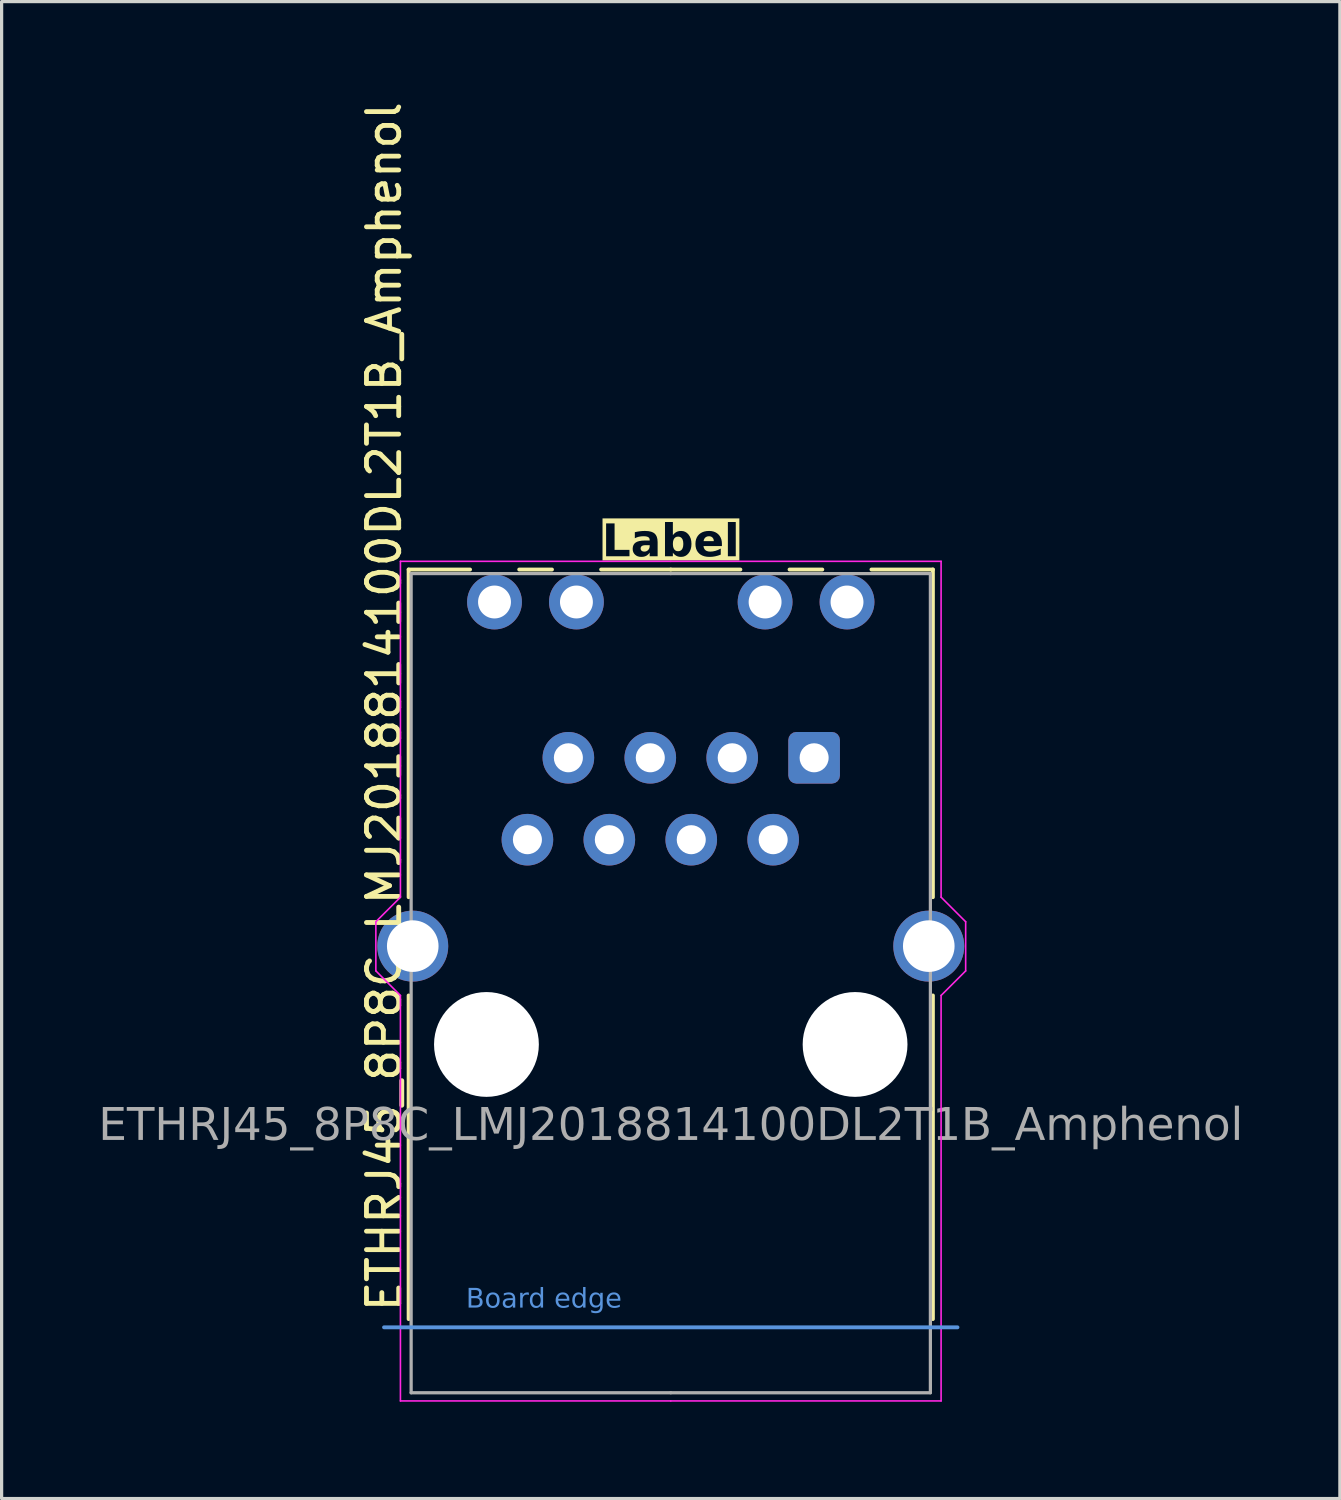
<source format=kicad_pcb>
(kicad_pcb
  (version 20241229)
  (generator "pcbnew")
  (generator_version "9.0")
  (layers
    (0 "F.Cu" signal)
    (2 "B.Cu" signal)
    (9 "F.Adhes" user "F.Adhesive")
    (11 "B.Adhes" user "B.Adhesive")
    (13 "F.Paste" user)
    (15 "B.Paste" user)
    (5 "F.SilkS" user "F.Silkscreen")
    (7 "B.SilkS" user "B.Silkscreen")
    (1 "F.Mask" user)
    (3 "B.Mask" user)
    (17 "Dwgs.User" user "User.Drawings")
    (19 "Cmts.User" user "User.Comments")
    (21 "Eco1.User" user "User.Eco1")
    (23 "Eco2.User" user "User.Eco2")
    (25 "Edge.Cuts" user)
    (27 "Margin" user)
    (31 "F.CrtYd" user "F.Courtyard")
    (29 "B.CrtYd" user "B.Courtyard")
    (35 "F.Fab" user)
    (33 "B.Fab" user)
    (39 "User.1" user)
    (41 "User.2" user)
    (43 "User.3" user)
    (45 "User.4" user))
  (footprint "ETHRJ45_8P8C_LMJ2018814100DL2T1B_Amphenol"
    (layer "F.Cu")
    (at 17.748 25.848)
    (property "Reference" "ETHRJ45_8P8C_LMJ2018814100DL2T1B_Amphenol" (at -8.89 -6.985 90) (layer "F.SilkS") (effects (font (size 1 1) (thickness 0.15))))
    (property "Label" "Label" (at 0 -12.065 0) (layer "F.SilkS" knockout) (effects (font (face "Tahoma") (size 1 1) (thickness 0.2) (bold yes))))
    (attr through_hole)
    (fp_line (start -8.128 -1.079) (end -8.128 -11.239) (stroke (width 0.12) (type solid)) (layer "F.SilkS"))
    (fp_line (start -8.128 1.968) (end -8.128 12.002) (stroke (width 0.12) (type solid)) (layer "F.SilkS"))
    (fp_line (start -6.223 -11.239) (end -8.128 -11.239) (stroke (width 0.12) (type solid)) (layer "F.SilkS"))
    (fp_line (start -4.699 -11.239) (end -3.683 -11.239) (stroke (width 0.12) (type solid)) (layer "F.SilkS"))
    (fp_line (start 0 -11.239) (end -2.159 -11.239) (stroke (width 0.12) (type solid)) (layer "F.SilkS"))
    (fp_line (start 0 -11.239) (end 2.159 -11.239) (stroke (width 0.12) (type solid)) (layer "F.SilkS"))
    (fp_line (start 4.699 -11.239) (end 3.683 -11.239) (stroke (width 0.12) (type solid)) (layer "F.SilkS"))
    (fp_line (start 6.223 -11.239) (end 8.128 -11.239) (stroke (width 0.12) (type solid)) (layer "F.SilkS"))
    (fp_line (start 8.128 -1.079) (end 8.128 -11.239) (stroke (width 0.12) (type solid)) (layer "F.SilkS"))
    (fp_line (start 8.128 1.968) (end 8.128 12.002) (stroke (width 0.12) (type solid)) (layer "F.SilkS"))
    (fp_line (start -8.89 12.258) (end 8.89 12.258) (stroke (width 0.12) (type default)) (layer "Cmts.User"))
    (fp_line (start -9.144 1.206) (end -9.144 -0.318) (stroke (width 0.05) (type solid)) (layer "F.CrtYd"))
    (fp_line (start -9.144 1.206) (end -8.382 1.968) (stroke (width 0.05) (type solid)) (layer "F.CrtYd"))
    (fp_line (start -8.382 -11.493) (end -8.382 -1.079) (stroke (width 0.05) (type solid)) (layer "F.CrtYd"))
    (fp_line (start -8.382 -11.493) (end 0 -11.493) (stroke (width 0.05) (type solid)) (layer "F.CrtYd"))
    (fp_line (start -8.382 -1.079) (end -9.144 -0.318) (stroke (width 0.05) (type solid)) (layer "F.CrtYd"))
    (fp_line (start -8.382 14.541) (end -8.382 1.968) (stroke (width 0.05) (type solid)) (layer "F.CrtYd"))
    (fp_line (start -8.382 14.541) (end 0 14.541) (stroke (width 0.05) (type solid)) (layer "F.CrtYd"))
    (fp_line (start 8.382 -11.493) (end 0 -11.493) (stroke (width 0.05) (type solid)) (layer "F.CrtYd"))
    (fp_line (start 8.382 -11.493) (end 8.382 -1.079) (stroke (width 0.05) (type solid)) (layer "F.CrtYd"))
    (fp_line (start 8.382 -1.079) (end 9.144 -0.318) (stroke (width 0.05) (type solid)) (layer "F.CrtYd"))
    (fp_line (start 8.382 14.541) (end 0 14.541) (stroke (width 0.05) (type solid)) (layer "F.CrtYd"))
    (fp_line (start 8.382 14.541) (end 8.382 1.968) (stroke (width 0.05) (type solid)) (layer "F.CrtYd"))
    (fp_line (start 9.144 1.206) (end 8.382 1.968) (stroke (width 0.05) (type solid)) (layer "F.CrtYd"))
    (fp_line (start 9.144 1.206) (end 9.144 -0.318) (stroke (width 0.05) (type solid)) (layer "F.CrtYd"))
    (fp_line (start -8.05 14.287) (end -8.05 -11.113) (stroke (width 0.1) (type default)) (layer "F.Fab"))
    (fp_line (start 0 -11.113) (end -8.05 -11.113) (stroke (width 0.1) (type default)) (layer "F.Fab"))
    (fp_line (start 0 -11.113) (end 8.05 -11.113) (stroke (width 0.1) (type default)) (layer "F.Fab"))
    (fp_line (start 0 14.287) (end -8.05 14.287) (stroke (width 0.1) (type default)) (layer "F.Fab"))
    (fp_line (start 0 14.287) (end 8.05 14.287) (stroke (width 0.1) (type default)) (layer "F.Fab"))
    (fp_line (start 8.05 14.287) (end 8.05 -11.113) (stroke (width 0.1) (type default)) (layer "F.Fab"))
    (fp_text user "Board edge" (at -6.35 11.748 0) (unlocked yes) (layer "Cmts.User") (effects (font (face "Tahoma") (size 0.6 0.6) (thickness 0.15)) (justify left bottom)))
    (fp_text user "${REFERENCE}" (at 0 6.032 0) (layer "F.Fab") (effects (font (face "Tahoma") (size 1 1) (thickness 0.15))))
    (pad "" np_thru_hole circle (at -5.715 3.487) (size 3.25 3.25) (drill 3.25) (layers "*.Cu" "*.Mask"))
    (pad "" np_thru_hole circle (at 5.715 3.487) (size 3.25 3.25) (drill 3.25) (property pad_prop_heatsink) (layers "*.Cu" "*.Mask"))
    (pad "1" thru_hole roundrect (at 4.445 -5.402) (size 1.6 1.6) (drill 0.9) (layers "*.Cu" "*.Mask") (roundrect_rratio 0.156))
    (pad "2" thru_hole circle (at 3.175 -2.862) (size 1.6 1.6) (drill 0.9) (layers "*.Cu" "*.Mask"))
    (pad "3" thru_hole circle (at 1.905 -5.402) (size 1.6 1.6) (drill 0.9) (layers "*.Cu" "*.Mask"))
    (pad "4" thru_hole circle (at 0.635 -2.862) (size 1.6 1.6) (drill 0.9) (layers "*.Cu" "*.Mask"))
    (pad "5" thru_hole circle (at -0.635 -5.402) (size 1.6 1.6) (drill 0.9) (layers "*.Cu" "*.Mask"))
    (pad "6" thru_hole circle (at -1.905 -2.862) (size 1.6 1.6) (drill 0.9) (layers "*.Cu" "*.Mask"))
    (pad "7" thru_hole circle (at -3.175 -5.402) (size 1.6 1.6) (drill 0.9) (layers "*.Cu" "*.Mask"))
    (pad "8" thru_hole circle (at -4.445 -2.862) (size 1.6 1.6) (drill 0.9) (layers "*.Cu" "*.Mask"))
    (pad "A1" thru_hole circle (at -5.465 -10.232) (size 1.7 1.7) (drill 1.02) (layers "*.Cu" "*.Mask"))
    (pad "A2" thru_hole circle (at 2.925 -10.232) (size 1.7 1.7) (drill 1.02) (layers "*.Cu" "*.Mask"))
    (pad "C1" thru_hole circle (at -2.925 -10.232) (size 1.7 1.7) (drill 1.02) (layers "*.Cu" "*.Mask"))
    (pad "C2" thru_hole circle (at 5.465 -10.232) (size 1.7 1.7) (drill 1.02) (layers "*.Cu" "*.Mask"))
    (pad "SH1" thru_hole circle (at -8 0.438) (size 2.2 2.2) (drill 1.6) (property pad_prop_heatsink) (layers "*.Cu" "*.Mask"))
    (pad "SH2" thru_hole circle (at 8 0.438) (size 2.2 2.2) (drill 1.6) (property pad_prop_heatsink) (layers "*.Cu" "*.Mask")))
  (gr_rect
    (start -3 -3)
    (end 38.495 43.415)
    (stroke (width 0.1) (type default))
    (fill no)
    (layer "Edge.Cuts")))
</source>
